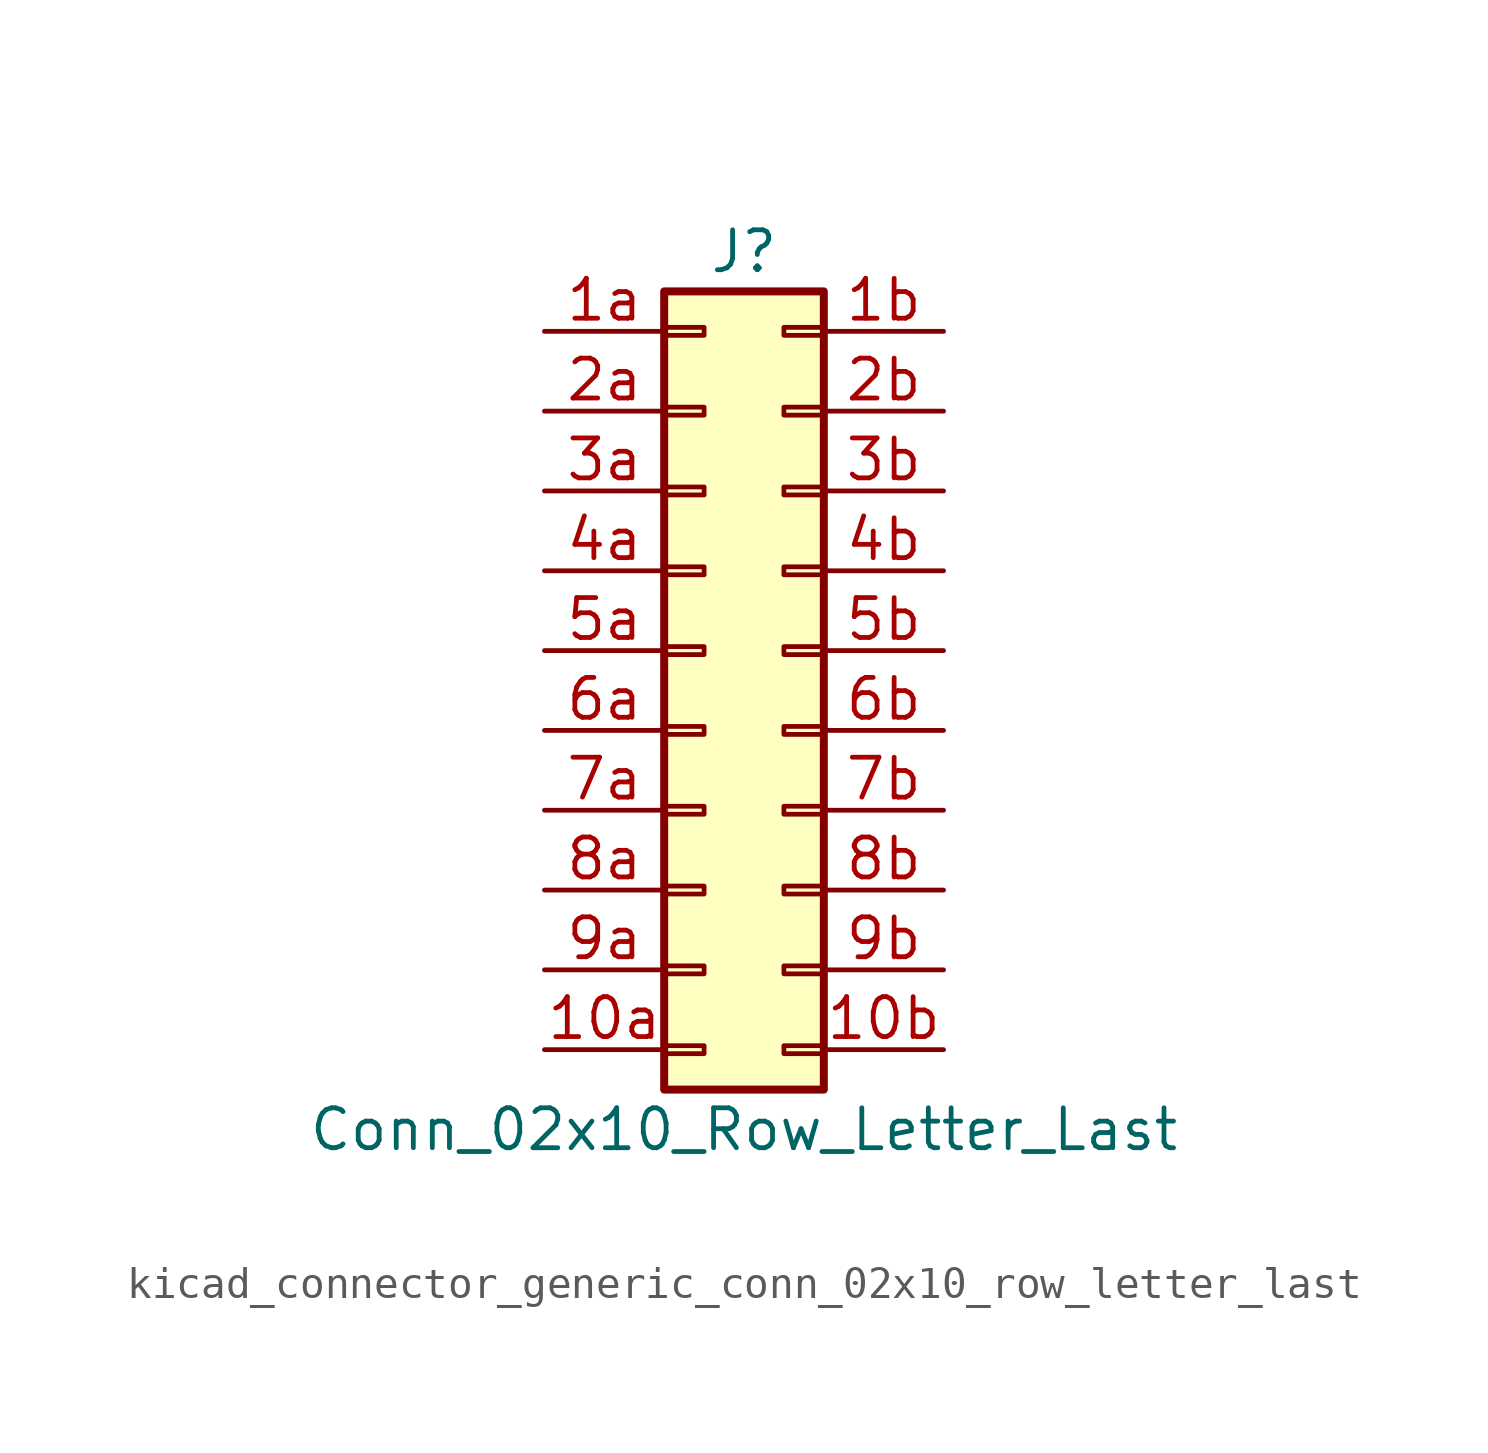
<source format=kicad_sym>
(kicad_symbol_lib
  (version 20220914)
  (generator kicad_symbol_editor)
  (symbol "kicad_connector_generic_conn_02x10_row_letter_last"
    (pin_names
      (offset 1.016) hide)
    (property "Reference" "J"
      (at 1.27 12.7 0)
      (effects (font (size 1.27 1.27))))
    (property "Value" "Conn_02x10_Row_Letter_Last"
      (at 1.27 -15.24 0)
      (effects (font (size 1.27 1.27))))
    (symbol "kicad_connector_generic_conn_02x10_row_letter_last_1_1"
      (rectangle (start -1.27 -12.573) (end 0 -12.827) (stroke (width 0.152) (type default)) (fill (type none)))
      (rectangle (start -1.27 -10.033) (end 0 -10.287) (stroke (width 0.152) (type default)) (fill (type none)))
      (rectangle (start -1.27 -7.493) (end 0 -7.747) (stroke (width 0.152) (type default)) (fill (type none)))
      (rectangle (start -1.27 -4.953) (end 0 -5.207) (stroke (width 0.152) (type default)) (fill (type none)))
      (rectangle (start -1.27 -2.413) (end 0 -2.667) (stroke (width 0.152) (type default)) (fill (type none)))
      (rectangle (start -1.27 0.127) (end 0 -0.127) (stroke (width 0.152) (type default)) (fill (type none)))
      (rectangle (start -1.27 2.667) (end 0 2.413) (stroke (width 0.152) (type default)) (fill (type none)))
      (rectangle (start -1.27 5.207) (end 0 4.953) (stroke (width 0.152) (type default)) (fill (type none)))
      (rectangle (start -1.27 7.747) (end 0 7.493) (stroke (width 0.152) (type default)) (fill (type none)))
      (rectangle (start -1.27 10.287) (end 0 10.033) (stroke (width 0.152) (type default)) (fill (type none)))
      (rectangle (start -1.27 11.43) (end 3.81 -13.97) (stroke (width 0.254) (type default)) (fill (type background)))
      (rectangle (start 3.81 -12.573) (end 2.54 -12.827) (stroke (width 0.152) (type default)) (fill (type none)))
      (rectangle (start 3.81 -10.033) (end 2.54 -10.287) (stroke (width 0.152) (type default)) (fill (type none)))
      (rectangle (start 3.81 -7.493) (end 2.54 -7.747) (stroke (width 0.152) (type default)) (fill (type none)))
      (rectangle (start 3.81 -4.953) (end 2.54 -5.207) (stroke (width 0.152) (type default)) (fill (type none)))
      (rectangle (start 3.81 -2.413) (end 2.54 -2.667) (stroke (width 0.152) (type default)) (fill (type none)))
      (rectangle (start 3.81 0.127) (end 2.54 -0.127) (stroke (width 0.152) (type default)) (fill (type none)))
      (rectangle (start 3.81 2.667) (end 2.54 2.413) (stroke (width 0.152) (type default)) (fill (type none)))
      (rectangle (start 3.81 5.207) (end 2.54 4.953) (stroke (width 0.152) (type default)) (fill (type none)))
      (rectangle (start 3.81 7.747) (end 2.54 7.493) (stroke (width 0.152) (type default)) (fill (type none)))
      (rectangle (start 3.81 10.287) (end 2.54 10.033) (stroke (width 0.152) (type default)) (fill (type none)))
      (pin passive line (at -5.08 -12.7 0) (length 3.81) (name "Pin_10a" (effects (font (size 1.27 1.27)))) (number "10a" (effects (font (size 1.27 1.27)))))
      (pin passive line (at 7.62 -12.7 180) (length 3.81) (name "Pin_10b" (effects (font (size 1.27 1.27)))) (number "10b" (effects (font (size 1.27 1.27)))))
      (pin passive line (at -5.08 10.16 0) (length 3.81) (name "Pin_1a" (effects (font (size 1.27 1.27)))) (number "1a" (effects (font (size 1.27 1.27)))))
      (pin passive line (at 7.62 10.16 180) (length 3.81) (name "Pin_1b" (effects (font (size 1.27 1.27)))) (number "1b" (effects (font (size 1.27 1.27)))))
      (pin passive line (at -5.08 7.62 0) (length 3.81) (name "Pin_2a" (effects (font (size 1.27 1.27)))) (number "2a" (effects (font (size 1.27 1.27)))))
      (pin passive line (at 7.62 7.62 180) (length 3.81) (name "Pin_2b" (effects (font (size 1.27 1.27)))) (number "2b" (effects (font (size 1.27 1.27)))))
      (pin passive line (at -5.08 5.08 0) (length 3.81) (name "Pin_3a" (effects (font (size 1.27 1.27)))) (number "3a" (effects (font (size 1.27 1.27)))))
      (pin passive line (at 7.62 5.08 180) (length 3.81) (name "Pin_3b" (effects (font (size 1.27 1.27)))) (number "3b" (effects (font (size 1.27 1.27)))))
      (pin passive line (at -5.08 2.54 0) (length 3.81) (name "Pin_4a" (effects (font (size 1.27 1.27)))) (number "4a" (effects (font (size 1.27 1.27)))))
      (pin passive line (at 7.62 2.54 180) (length 3.81) (name "Pin_4b" (effects (font (size 1.27 1.27)))) (number "4b" (effects (font (size 1.27 1.27)))))
      (pin passive line (at -5.08 0 0) (length 3.81) (name "Pin_5a" (effects (font (size 1.27 1.27)))) (number "5a" (effects (font (size 1.27 1.27)))))
      (pin passive line (at 7.62 0 180) (length 3.81) (name "Pin_5b" (effects (font (size 1.27 1.27)))) (number "5b" (effects (font (size 1.27 1.27)))))
      (pin passive line (at -5.08 -2.54 0) (length 3.81) (name "Pin_6a" (effects (font (size 1.27 1.27)))) (number "6a" (effects (font (size 1.27 1.27)))))
      (pin passive line (at 7.62 -2.54 180) (length 3.81) (name "Pin_6b" (effects (font (size 1.27 1.27)))) (number "6b" (effects (font (size 1.27 1.27)))))
      (pin passive line (at -5.08 -5.08 0) (length 3.81) (name "Pin_7a" (effects (font (size 1.27 1.27)))) (number "7a" (effects (font (size 1.27 1.27)))))
      (pin passive line (at 7.62 -5.08 180) (length 3.81) (name "Pin_7b" (effects (font (size 1.27 1.27)))) (number "7b" (effects (font (size 1.27 1.27)))))
      (pin passive line (at -5.08 -7.62 0) (length 3.81) (name "Pin_8a" (effects (font (size 1.27 1.27)))) (number "8a" (effects (font (size 1.27 1.27)))))
      (pin passive line (at 7.62 -7.62 180) (length 3.81) (name "Pin_8b" (effects (font (size 1.27 1.27)))) (number "8b" (effects (font (size 1.27 1.27)))))
      (pin passive line (at -5.08 -10.16 0) (length 3.81) (name "Pin_9a" (effects (font (size 1.27 1.27)))) (number "9a" (effects (font (size 1.27 1.27)))))
      (pin passive line (at 7.62 -10.16 180) (length 3.81) (name "Pin_9b" (effects (font (size 1.27 1.27)))) (number "9b" (effects (font (size 1.27 1.27))))))))
</source>
